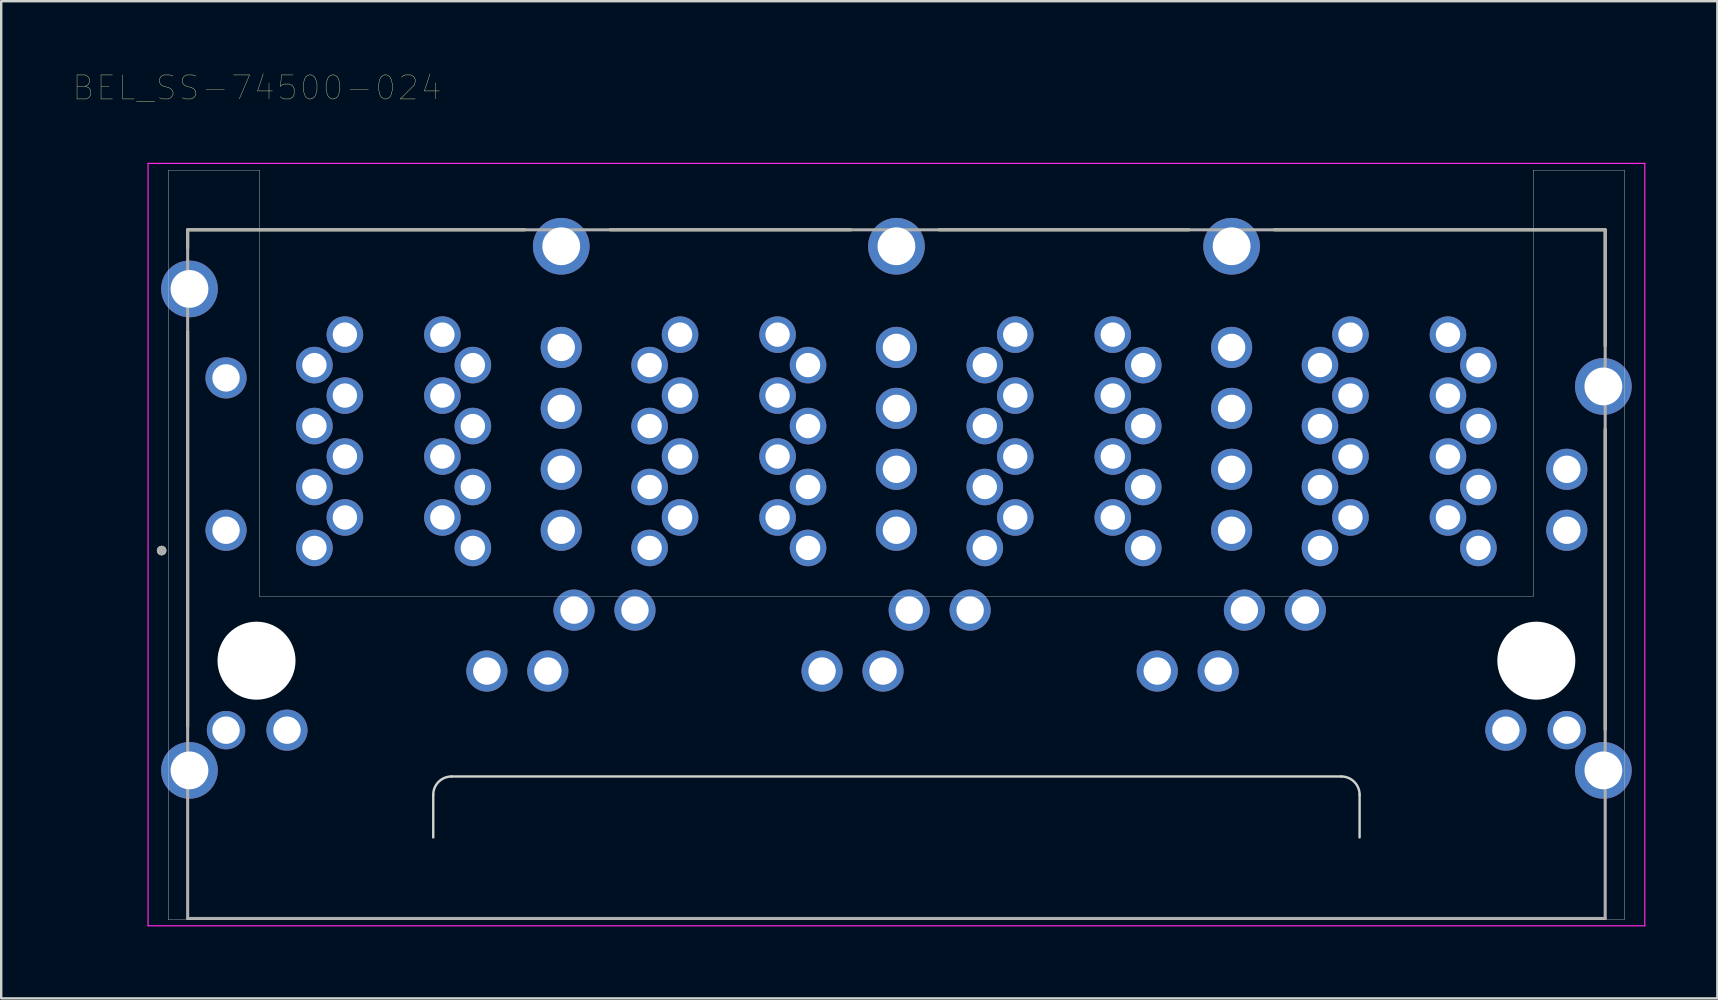
<source format=kicad_pcb>
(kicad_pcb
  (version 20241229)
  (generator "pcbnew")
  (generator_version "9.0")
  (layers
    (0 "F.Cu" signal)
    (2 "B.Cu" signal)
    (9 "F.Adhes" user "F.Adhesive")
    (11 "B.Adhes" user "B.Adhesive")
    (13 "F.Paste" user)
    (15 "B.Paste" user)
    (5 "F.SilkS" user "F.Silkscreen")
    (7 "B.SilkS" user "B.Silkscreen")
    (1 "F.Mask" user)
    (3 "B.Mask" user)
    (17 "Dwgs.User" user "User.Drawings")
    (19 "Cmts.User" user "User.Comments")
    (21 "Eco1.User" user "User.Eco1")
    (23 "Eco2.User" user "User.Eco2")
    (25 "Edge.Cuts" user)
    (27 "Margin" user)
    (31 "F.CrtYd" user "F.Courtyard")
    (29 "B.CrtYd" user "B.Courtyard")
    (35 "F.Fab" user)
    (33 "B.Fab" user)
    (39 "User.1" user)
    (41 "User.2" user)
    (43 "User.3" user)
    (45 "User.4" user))
  (footprint "BEL_SS-74500-024"
    (layer "F.Cu")
    (at 34.311 24.486)
    (property "Reference" "BEL_SS-74500-024" (at -26.65 -23.875 0) (layer "F.SilkS") (effects (font (size 1 1) (thickness 0.015))))
    (attr through_hole)
    (fp_line (start -29.54 -17.192) (end -29.54 -17.958) (stroke (width 0.127) (type solid)) (layer "F.SilkS"))
    (fp_line (start -29.54 -13.716) (end -29.54 2.743) (stroke (width 0.127) (type solid)) (layer "F.SilkS"))
    (fp_line (start -15.494 -17.958) (end -29.54 -17.958) (stroke (width 0.127) (type solid)) (layer "F.SilkS"))
    (fp_line (start -11.938 -17.958) (end -1.905 -17.958) (stroke (width 0.127) (type solid)) (layer "F.SilkS"))
    (fp_line (start 1.778 -17.958) (end 12.192 -17.958) (stroke (width 0.127) (type solid)) (layer "F.SilkS"))
    (fp_line (start 15.748 -17.958) (end 29.54 -17.958) (stroke (width 0.127) (type solid)) (layer "F.SilkS"))
    (fp_line (start 29.54 -13.11) (end 29.54 -17.958) (stroke (width 0.127) (type solid)) (layer "F.SilkS"))
    (fp_line (start 29.54 -9.652) (end 29.54 2.87) (stroke (width 0.127) (type solid)) (layer "F.SilkS"))
    (fp_circle (center -30.625 -4.59) (end -30.525 -4.59) (stroke (width 0.2) (type solid)) (fill no) (layer "F.SilkS"))
    (fp_poly (pts (xy -30.353 10.795) (xy -30.353 -20.447) (xy -26.543 -20.447) (xy -26.543 -2.667) (xy 26.543 -2.667) (xy 26.543 -20.447) (xy 30.353 -20.447) (xy 30.353 10.795)) (stroke (width 0.01) (type solid)) (fill no) (layer "Dwgs.User"))
    (fp_poly (pts (xy -30.353 10.795) (xy -30.353 -20.447) (xy -26.543 -20.447) (xy -26.543 -2.667) (xy 26.543 -2.667) (xy 26.543 -20.447) (xy 30.353 -20.447) (xy 30.353 10.795)) (stroke (width 0.01) (type solid)) (fill no) (layer "Dwgs.User"))
    (fp_line (start -19.304 7.366) (end -19.304 5.588) (stroke (width 0.1) (type solid)) (layer "Edge.Cuts"))
    (fp_line (start -18.542 4.826) (end 18.542 4.826) (stroke (width 0.1) (type solid)) (layer "Edge.Cuts"))
    (fp_line (start 19.304 5.588) (end 19.304 7.366) (stroke (width 0.1) (type solid)) (layer "Edge.Cuts"))
    (fp_arc (start -19.304 5.588) (mid -19.080815 5.049185) (end -18.542 4.826) (stroke (width 0.1) (type solid)) (layer "Edge.Cuts"))
    (fp_arc (start 18.542 4.826) (mid 19.080815 5.049185) (end 19.304 5.588) (stroke (width 0.1) (type solid)) (layer "Edge.Cuts"))
    (fp_line (start -31.19 -20.727) (end -31.19 11.05) (stroke (width 0.05) (type solid)) (layer "F.CrtYd"))
    (fp_line (start -31.19 11.05) (end 31.19 11.05) (stroke (width 0.05) (type solid)) (layer "F.CrtYd"))
    (fp_line (start 31.19 -20.727) (end -31.19 -20.727) (stroke (width 0.05) (type solid)) (layer "F.CrtYd"))
    (fp_line (start 31.19 11.05) (end 31.19 -20.727) (stroke (width 0.05) (type solid)) (layer "F.CrtYd"))
    (fp_line (start -29.54 -17.958) (end -29.54 10.744) (stroke (width 0.127) (type solid)) (layer "F.Fab"))
    (fp_line (start -29.54 10.744) (end 29.54 10.744) (stroke (width 0.127) (type solid)) (layer "F.Fab"))
    (fp_line (start 29.54 -17.958) (end -29.54 -17.958) (stroke (width 0.127) (type solid)) (layer "F.Fab"))
    (fp_line (start 29.54 10.744) (end 29.54 -17.958) (stroke (width 0.127) (type solid)) (layer "F.Fab"))
    (fp_circle (center -30.625 -4.59) (end -30.525 -4.59) (stroke (width 0.2) (type solid)) (fill no) (layer "F.Fab"))
    (pad "" np_thru_hole circle (at -26.67 0) (size 3.251 3.251) (drill 3.251) (layers "*.Cu" "*.Mask"))
    (pad "" np_thru_hole circle (at 26.67 0) (size 3.251 3.251) (drill 3.251) (layers "*.Cu" "*.Mask"))
    (pad "1_1" thru_hole circle (at -24.257 -4.699) (size 1.524 1.524) (drill 1.016) (layers "*.Cu" "*.Mask"))
    (pad "1_2" thru_hole circle (at -17.653 -4.699) (size 1.524 1.524) (drill 1.016) (layers "*.Cu" "*.Mask"))
    (pad "1_3" thru_hole circle (at -10.287 -4.699) (size 1.524 1.524) (drill 1.016) (layers "*.Cu" "*.Mask"))
    (pad "1_4" thru_hole circle (at -3.683 -4.699) (size 1.524 1.524) (drill 1.016) (layers "*.Cu" "*.Mask"))
    (pad "1_5" thru_hole circle (at 3.683 -4.699) (size 1.524 1.524) (drill 1.016) (layers "*.Cu" "*.Mask"))
    (pad "1_6" thru_hole circle (at 10.287 -4.699) (size 1.524 1.524) (drill 1.016) (layers "*.Cu" "*.Mask"))
    (pad "1_7" thru_hole circle (at 17.653 -4.699) (size 1.524 1.524) (drill 1.016) (layers "*.Cu" "*.Mask"))
    (pad "1_8" thru_hole circle (at 24.257 -4.699) (size 1.524 1.524) (drill 1.016) (layers "*.Cu" "*.Mask"))
    (pad "2_1" thru_hole circle (at -22.987 -5.969) (size 1.524 1.524) (drill 1.016) (layers "*.Cu" "*.Mask"))
    (pad "2_2" thru_hole circle (at -18.923 -5.969) (size 1.524 1.524) (drill 1.016) (layers "*.Cu" "*.Mask"))
    (pad "2_3" thru_hole circle (at -9.017 -5.969) (size 1.524 1.524) (drill 1.016) (layers "*.Cu" "*.Mask"))
    (pad "2_4" thru_hole circle (at -4.953 -5.969) (size 1.524 1.524) (drill 1.016) (layers "*.Cu" "*.Mask"))
    (pad "2_5" thru_hole circle (at 4.953 -5.969) (size 1.524 1.524) (drill 1.016) (layers "*.Cu" "*.Mask"))
    (pad "2_6" thru_hole circle (at 9.017 -5.969) (size 1.524 1.524) (drill 1.016) (layers "*.Cu" "*.Mask"))
    (pad "2_7" thru_hole circle (at 18.923 -5.969) (size 1.524 1.524) (drill 1.016) (layers "*.Cu" "*.Mask"))
    (pad "2_8" thru_hole circle (at 22.987 -5.969) (size 1.524 1.524) (drill 1.016) (layers "*.Cu" "*.Mask"))
    (pad "3_1" thru_hole circle (at -24.257 -7.239) (size 1.524 1.524) (drill 1.016) (layers "*.Cu" "*.Mask"))
    (pad "3_2" thru_hole circle (at -17.653 -7.239) (size 1.524 1.524) (drill 1.016) (layers "*.Cu" "*.Mask"))
    (pad "3_3" thru_hole circle (at -10.287 -7.239) (size 1.524 1.524) (drill 1.016) (layers "*.Cu" "*.Mask"))
    (pad "3_4" thru_hole circle (at -3.683 -7.239) (size 1.524 1.524) (drill 1.016) (layers "*.Cu" "*.Mask"))
    (pad "3_5" thru_hole circle (at 3.683 -7.239) (size 1.524 1.524) (drill 1.016) (layers "*.Cu" "*.Mask"))
    (pad "3_6" thru_hole circle (at 10.287 -7.239) (size 1.524 1.524) (drill 1.016) (layers "*.Cu" "*.Mask"))
    (pad "3_7" thru_hole circle (at 17.653 -7.239) (size 1.524 1.524) (drill 1.016) (layers "*.Cu" "*.Mask"))
    (pad "3_8" thru_hole circle (at 24.257 -7.239) (size 1.524 1.524) (drill 1.016) (layers "*.Cu" "*.Mask"))
    (pad "4_1" thru_hole circle (at -22.987 -8.509) (size 1.524 1.524) (drill 1.016) (layers "*.Cu" "*.Mask"))
    (pad "4_2" thru_hole circle (at -18.923 -8.509) (size 1.524 1.524) (drill 1.016) (layers "*.Cu" "*.Mask"))
    (pad "4_3" thru_hole circle (at -9.017 -8.509) (size 1.524 1.524) (drill 1.016) (layers "*.Cu" "*.Mask"))
    (pad "4_4" thru_hole circle (at -4.953 -8.509) (size 1.524 1.524) (drill 1.016) (layers "*.Cu" "*.Mask"))
    (pad "4_5" thru_hole circle (at 4.953 -8.509) (size 1.524 1.524) (drill 1.016) (layers "*.Cu" "*.Mask"))
    (pad "4_6" thru_hole circle (at 9.017 -8.509) (size 1.524 1.524) (drill 1.016) (layers "*.Cu" "*.Mask"))
    (pad "4_7" thru_hole circle (at 18.923 -8.509) (size 1.524 1.524) (drill 1.016) (layers "*.Cu" "*.Mask"))
    (pad "4_8" thru_hole circle (at 22.987 -8.509) (size 1.524 1.524) (drill 1.016) (layers "*.Cu" "*.Mask"))
    (pad "5_1" thru_hole circle (at -24.257 -9.779) (size 1.524 1.524) (drill 1.016) (layers "*.Cu" "*.Mask"))
    (pad "5_2" thru_hole circle (at -17.653 -9.779) (size 1.524 1.524) (drill 1.016) (layers "*.Cu" "*.Mask"))
    (pad "5_3" thru_hole circle (at -10.287 -9.779) (size 1.524 1.524) (drill 1.016) (layers "*.Cu" "*.Mask"))
    (pad "5_4" thru_hole circle (at -3.683 -9.779) (size 1.524 1.524) (drill 1.016) (layers "*.Cu" "*.Mask"))
    (pad "5_5" thru_hole circle (at 3.683 -9.779) (size 1.524 1.524) (drill 1.016) (layers "*.Cu" "*.Mask"))
    (pad "5_6" thru_hole circle (at 10.287 -9.779) (size 1.524 1.524) (drill 1.016) (layers "*.Cu" "*.Mask"))
    (pad "5_7" thru_hole circle (at 17.653 -9.779) (size 1.524 1.524) (drill 1.016) (layers "*.Cu" "*.Mask"))
    (pad "5_8" thru_hole circle (at 24.257 -9.779) (size 1.524 1.524) (drill 1.016) (layers "*.Cu" "*.Mask"))
    (pad "6_1" thru_hole circle (at -22.987 -11.049) (size 1.524 1.524) (drill 1.016) (layers "*.Cu" "*.Mask"))
    (pad "6_2" thru_hole circle (at -18.923 -11.049) (size 1.524 1.524) (drill 1.016) (layers "*.Cu" "*.Mask"))
    (pad "6_3" thru_hole circle (at -9.017 -11.049) (size 1.524 1.524) (drill 1.016) (layers "*.Cu" "*.Mask"))
    (pad "6_4" thru_hole circle (at -4.953 -11.049) (size 1.524 1.524) (drill 1.016) (layers "*.Cu" "*.Mask"))
    (pad "6_5" thru_hole circle (at 4.953 -11.049) (size 1.524 1.524) (drill 1.016) (layers "*.Cu" "*.Mask"))
    (pad "6_6" thru_hole circle (at 9.017 -11.049) (size 1.524 1.524) (drill 1.016) (layers "*.Cu" "*.Mask"))
    (pad "6_7" thru_hole circle (at 18.923 -11.049) (size 1.524 1.524) (drill 1.016) (layers "*.Cu" "*.Mask"))
    (pad "6_8" thru_hole circle (at 22.987 -11.049) (size 1.524 1.524) (drill 1.016) (layers "*.Cu" "*.Mask"))
    (pad "7_1" thru_hole circle (at -24.257 -12.319) (size 1.524 1.524) (drill 1.016) (layers "*.Cu" "*.Mask"))
    (pad "7_2" thru_hole circle (at -17.653 -12.319) (size 1.524 1.524) (drill 1.016) (layers "*.Cu" "*.Mask"))
    (pad "7_3" thru_hole circle (at -10.287 -12.319) (size 1.524 1.524) (drill 1.016) (layers "*.Cu" "*.Mask"))
    (pad "7_4" thru_hole circle (at -3.683 -12.319) (size 1.524 1.524) (drill 1.016) (layers "*.Cu" "*.Mask"))
    (pad "7_5" thru_hole circle (at 3.683 -12.319) (size 1.524 1.524) (drill 1.016) (layers "*.Cu" "*.Mask"))
    (pad "7_6" thru_hole circle (at 10.287 -12.319) (size 1.524 1.524) (drill 1.016) (layers "*.Cu" "*.Mask"))
    (pad "7_7" thru_hole circle (at 17.653 -12.319) (size 1.524 1.524) (drill 1.016) (layers "*.Cu" "*.Mask"))
    (pad "7_8" thru_hole circle (at 24.257 -12.319) (size 1.524 1.524) (drill 1.016) (layers "*.Cu" "*.Mask"))
    (pad "8_1" thru_hole circle (at -22.987 -13.589) (size 1.524 1.524) (drill 1.016) (layers "*.Cu" "*.Mask"))
    (pad "8_2" thru_hole circle (at -18.923 -13.589) (size 1.524 1.524) (drill 1.016) (layers "*.Cu" "*.Mask"))
    (pad "8_3" thru_hole circle (at -9.017 -13.589) (size 1.524 1.524) (drill 1.016) (layers "*.Cu" "*.Mask"))
    (pad "8_4" thru_hole circle (at -4.953 -13.589) (size 1.524 1.524) (drill 1.016) (layers "*.Cu" "*.Mask"))
    (pad "8_5" thru_hole circle (at 4.953 -13.589) (size 1.524 1.524) (drill 1.016) (layers "*.Cu" "*.Mask"))
    (pad "8_6" thru_hole circle (at 9.017 -13.589) (size 1.524 1.524) (drill 1.016) (layers "*.Cu" "*.Mask"))
    (pad "8_7" thru_hole circle (at 18.923 -13.589) (size 1.524 1.524) (drill 1.016) (layers "*.Cu" "*.Mask"))
    (pad "8_8" thru_hole circle (at 22.987 -13.589) (size 1.524 1.524) (drill 1.016) (layers "*.Cu" "*.Mask"))
    (pad "9_1" thru_hole circle (at -27.94 2.896) (size 1.6 1.6) (drill 1.143) (layers "*.Cu" "*.Mask"))
    (pad "9_2" thru_hole circle (at -27.94 -11.786) (size 1.714 1.714) (drill 1.143) (layers "*.Cu" "*.Mask"))
    (pad "9_3" thru_hole circle (at -13.437 -2.108) (size 1.714 1.714) (drill 1.143) (layers "*.Cu" "*.Mask"))
    (pad "9_4" thru_hole circle (at -13.97 -13.056) (size 1.714 1.714) (drill 1.143) (layers "*.Cu" "*.Mask"))
    (pad "9_5" thru_hole circle (at 0.533 -2.108) (size 1.714 1.714) (drill 1.143) (layers "*.Cu" "*.Mask"))
    (pad "9_6" thru_hole circle (at 0 -13.056) (size 1.714 1.714) (drill 1.143) (layers "*.Cu" "*.Mask"))
    (pad "9_7" thru_hole circle (at 14.503 -2.108) (size 1.714 1.714) (drill 1.143) (layers "*.Cu" "*.Mask"))
    (pad "9_8" thru_hole circle (at 13.97 -13.056) (size 1.714 1.714) (drill 1.143) (layers "*.Cu" "*.Mask"))
    (pad "10_1" thru_hole circle (at -25.4 2.896) (size 1.714 1.714) (drill 1.143) (layers "*.Cu" "*.Mask"))
    (pad "10_2" thru_hole circle (at -27.94 -5.436) (size 1.714 1.714) (drill 1.143) (layers "*.Cu" "*.Mask"))
    (pad "10_3" thru_hole circle (at -10.897 -2.108) (size 1.714 1.714) (drill 1.143) (layers "*.Cu" "*.Mask"))
    (pad "10_4" thru_hole circle (at -13.97 -7.976) (size 1.714 1.714) (drill 1.143) (layers "*.Cu" "*.Mask"))
    (pad "10_5" thru_hole circle (at 3.073 -2.108) (size 1.714 1.714) (drill 1.143) (layers "*.Cu" "*.Mask"))
    (pad "10_6" thru_hole circle (at 0 -7.976) (size 1.714 1.714) (drill 1.143) (layers "*.Cu" "*.Mask"))
    (pad "10_7" thru_hole circle (at 17.043 -2.108) (size 1.714 1.714) (drill 1.143) (layers "*.Cu" "*.Mask"))
    (pad "10_8" thru_hole circle (at 13.97 -7.976) (size 1.714 1.714) (drill 1.143) (layers "*.Cu" "*.Mask"))
    (pad "11_1" thru_hole circle (at -17.069 0.432) (size 1.714 1.714) (drill 1.143) (layers "*.Cu" "*.Mask"))
    (pad "11_2" thru_hole circle (at -13.97 -10.516) (size 1.714 1.714) (drill 1.143) (layers "*.Cu" "*.Mask"))
    (pad "11_3" thru_hole circle (at -3.099 0.432) (size 1.714 1.714) (drill 1.143) (layers "*.Cu" "*.Mask"))
    (pad "11_4" thru_hole circle (at 0 -10.516) (size 1.714 1.714) (drill 1.143) (layers "*.Cu" "*.Mask"))
    (pad "11_5" thru_hole circle (at 10.871 0.432) (size 1.714 1.714) (drill 1.143) (layers "*.Cu" "*.Mask"))
    (pad "11_6" thru_hole circle (at 13.97 -10.516) (size 1.714 1.714) (drill 1.143) (layers "*.Cu" "*.Mask"))
    (pad "11_7" thru_hole circle (at 25.4 2.896) (size 1.714 1.714) (drill 1.143) (layers "*.Cu" "*.Mask"))
    (pad "11_8" thru_hole circle (at 27.94 -7.976) (size 1.714 1.714) (drill 1.143) (layers "*.Cu" "*.Mask"))
    (pad "12_1" thru_hole circle (at -14.529 0.432) (size 1.714 1.714) (drill 1.143) (layers "*.Cu" "*.Mask"))
    (pad "12_2" thru_hole circle (at -13.97 -5.436) (size 1.714 1.714) (drill 1.143) (layers "*.Cu" "*.Mask"))
    (pad "12_3" thru_hole circle (at -0.559 0.432) (size 1.714 1.714) (drill 1.143) (layers "*.Cu" "*.Mask"))
    (pad "12_4" thru_hole circle (at 0 -5.436) (size 1.714 1.714) (drill 1.143) (layers "*.Cu" "*.Mask"))
    (pad "12_5" thru_hole circle (at 13.411 0.432) (size 1.714 1.714) (drill 1.143) (layers "*.Cu" "*.Mask"))
    (pad "12_6" thru_hole circle (at 13.97 -5.436) (size 1.714 1.714) (drill 1.143) (layers "*.Cu" "*.Mask"))
    (pad "12_7" thru_hole circle (at 27.94 2.896) (size 1.6 1.6) (drill 1.143) (layers "*.Cu" "*.Mask"))
    (pad "12_8" thru_hole circle (at 27.94 -5.436) (size 1.714 1.714) (drill 1.143) (layers "*.Cu" "*.Mask"))
    (pad "S1" thru_hole circle (at 29.464 -11.43) (size 2.362 2.362) (drill 1.575) (layers "*.Cu" "*.Mask"))
    (pad "S2" thru_hole circle (at -13.97 -17.272) (size 2.362 2.362) (drill 1.575) (layers "*.Cu" "*.Mask"))
    (pad "S3" thru_hole circle (at -29.464 4.572) (size 2.362 2.362) (drill 1.575) (layers "*.Cu" "*.Mask"))
    (pad "S4" thru_hole circle (at -29.464 -15.494) (size 2.362 2.362) (drill 1.575) (layers "*.Cu" "*.Mask"))
    (pad "S5" thru_hole circle (at 29.464 4.572) (size 2.362 2.362) (drill 1.575) (layers "*.Cu" "*.Mask"))
    (pad "S6" thru_hole circle (at 0 -17.272) (size 2.362 2.362) (drill 1.575) (layers "*.Cu" "*.Mask"))
    (pad "S7" thru_hole circle (at 13.97 -17.272) (size 2.362 2.362) (drill 1.575) (layers "*.Cu" "*.Mask")))
  (gr_rect
    (start -3 -3)
    (end 68.526 38.561)
    (stroke (width 0.1) (type default))
    (fill no)
    (layer "Edge.Cuts")))
</source>
